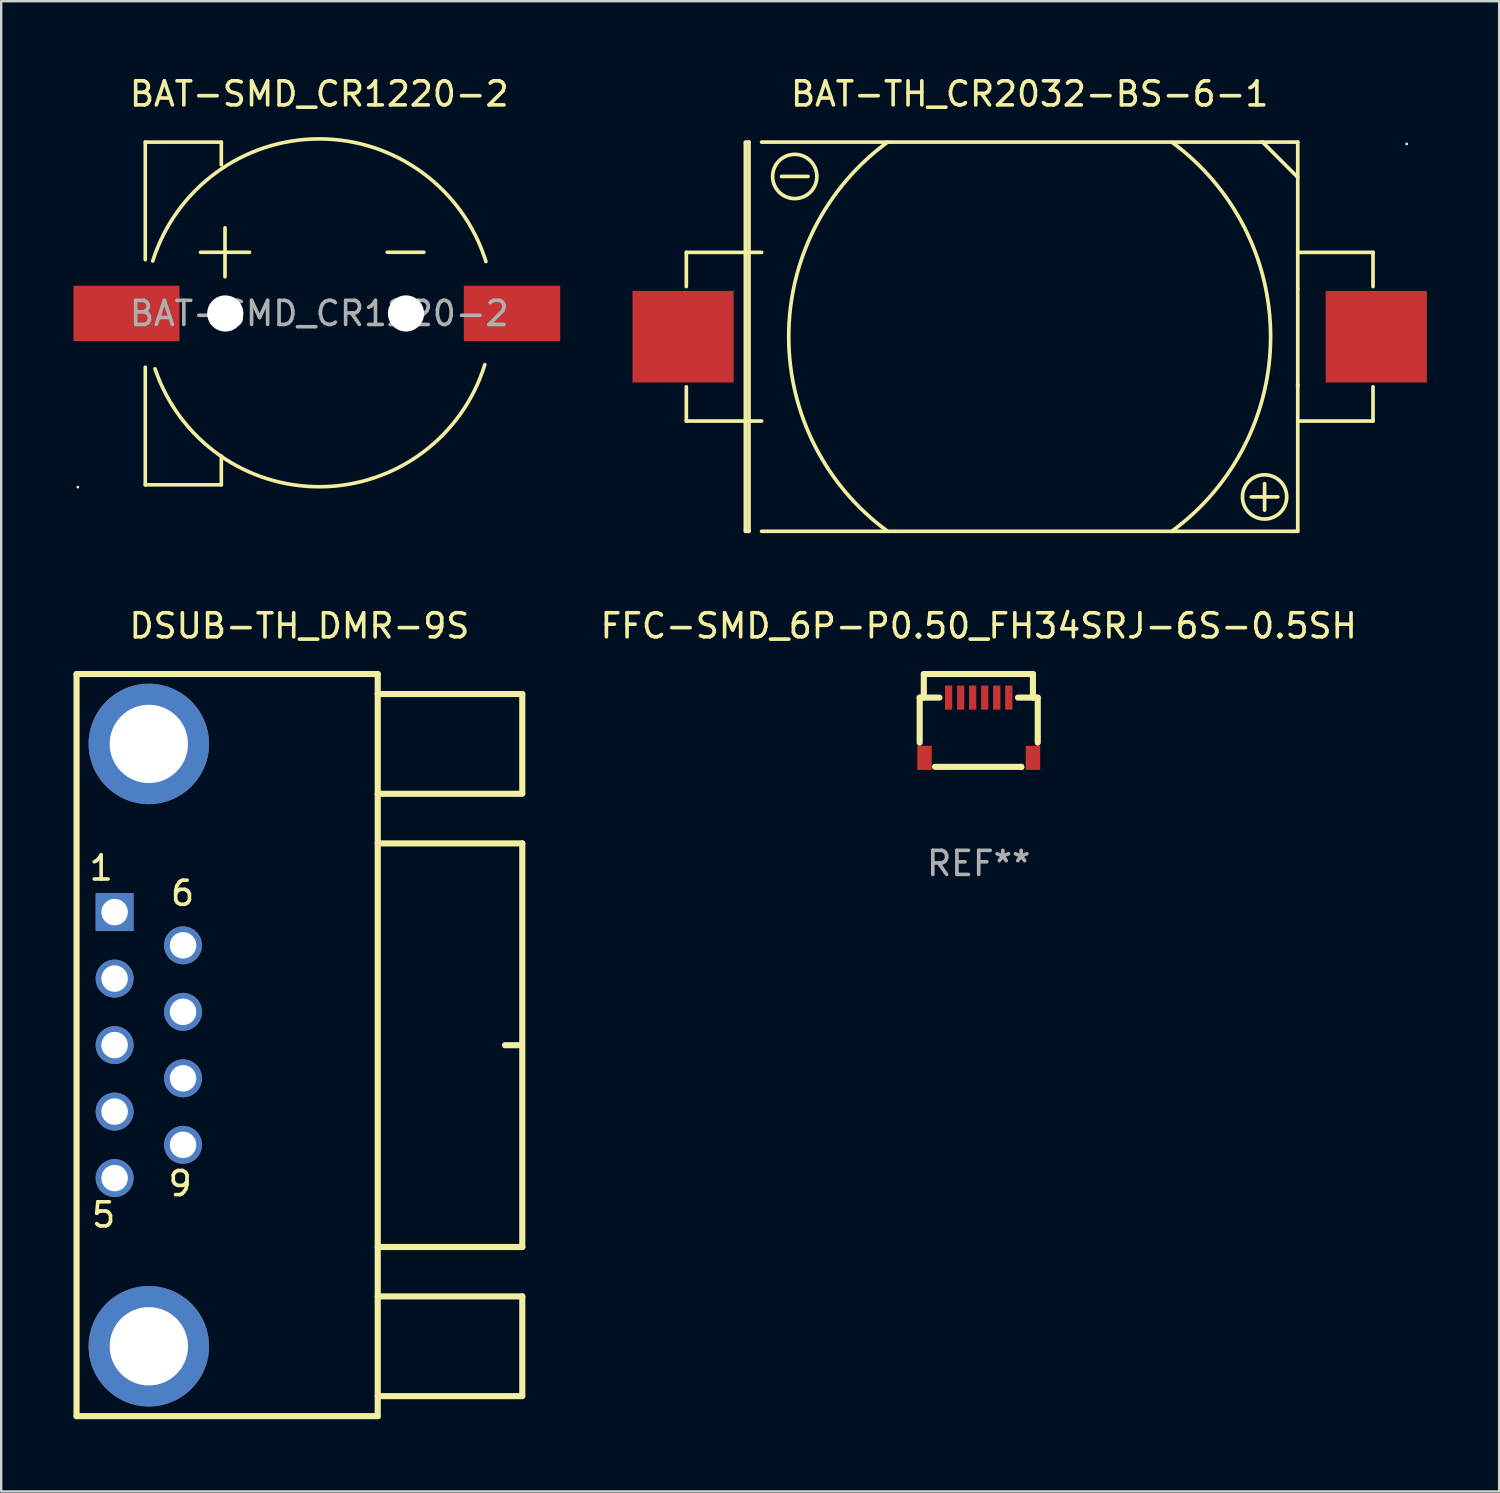
<source format=kicad_pcb>
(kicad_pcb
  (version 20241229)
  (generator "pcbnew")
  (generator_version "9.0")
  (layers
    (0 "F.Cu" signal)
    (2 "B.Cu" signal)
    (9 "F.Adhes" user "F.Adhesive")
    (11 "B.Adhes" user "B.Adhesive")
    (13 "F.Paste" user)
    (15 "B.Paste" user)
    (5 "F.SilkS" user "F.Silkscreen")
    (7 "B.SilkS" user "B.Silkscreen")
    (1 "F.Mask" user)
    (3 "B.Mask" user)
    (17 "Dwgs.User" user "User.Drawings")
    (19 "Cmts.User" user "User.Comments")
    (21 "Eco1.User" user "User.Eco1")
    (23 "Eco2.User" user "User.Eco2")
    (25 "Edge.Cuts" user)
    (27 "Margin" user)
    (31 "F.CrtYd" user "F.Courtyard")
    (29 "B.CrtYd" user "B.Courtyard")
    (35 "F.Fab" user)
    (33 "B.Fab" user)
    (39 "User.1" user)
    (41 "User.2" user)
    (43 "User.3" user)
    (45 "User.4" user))
  (footprint "FFC-SMD_6P-P0.50_FH34SRJ-6S-0.5SH"
    (layer "F.Cu")
    (at 37.57 27.153)
    (property "Reference" "FFC-SMD_6P-P0.50_FH34SRJ-6S-0.5SH" (at -0.000013 -4.228 0) (layer "F.SilkS") (effects (font (size 1 1) (thickness 0.15))))
    (attr through_hole)
    (fp_line (start -2.45 -1.25) (end -1.631 -1.25) (stroke (width 0.254) (type solid)) (layer "F.SilkS"))
    (fp_line (start -2.45 0.619) (end -2.45 -1.25) (stroke (width 0.254) (type solid)) (layer "F.SilkS"))
    (fp_line (start -2.278 -2.228) (end 2.25 -2.228) (stroke (width 0.254) (type solid)) (layer "F.SilkS"))
    (fp_line (start -2.278 -1.25) (end -2.278 -2.228) (stroke (width 0.254) (type solid)) (layer "F.SilkS"))
    (fp_line (start -1.814 1.624) (end 1.761 1.624) (stroke (width 0.254) (type solid)) (layer "F.SilkS"))
    (fp_line (start 1.631 -1.25) (end 2.45 -1.25) (stroke (width 0.254) (type solid)) (layer "F.SilkS"))
    (fp_line (start 1.761 1.624) (end 1.77 1.633) (stroke (width 0.254) (type solid)) (layer "F.SilkS"))
    (fp_line (start 2.25 -2.228) (end 2.25 -1.25) (stroke (width 0.254) (type solid)) (layer "F.SilkS"))
    (fp_line (start 2.45 0.619) (end 2.45 -1.25) (stroke (width 0.254) (type solid)) (layer "F.SilkS"))
    (fp_text user "REF**" (at -0.000013 5.633 0) (layer "F.Fab") (effects (font (size 1 1) (thickness 0.15))))
    (pad "1" smd rect (at 1.25 -1.25 90) (size 1 0.3) (layers "F.Cu" "F.Mask" "F.Paste"))
    (pad "2" smd rect (at 0.75 -1.25 90) (size 1 0.3) (layers "F.Cu" "F.Mask" "F.Paste"))
    (pad "3" smd rect (at 0.25 -1.25 90) (size 1 0.3) (layers "F.Cu" "F.Mask" "F.Paste"))
    (pad "4" smd rect (at -0.25 -1.25 90) (size 1 0.3) (layers "F.Cu" "F.Mask" "F.Paste"))
    (pad "5" smd rect (at -0.75 -1.25 90) (size 1 0.3) (layers "F.Cu" "F.Mask" "F.Paste"))
    (pad "6" smd rect (at -1.25 -1.25 90) (size 1 0.3) (layers "F.Cu" "F.Mask" "F.Paste"))
    (pad "7" smd rect (at -2.25 1.25 90) (size 1 0.6) (layers "F.Cu" "F.Mask" "F.Paste"))
    (pad "8" smd rect (at 2.25 1.25 90) (size 1 0.6) (layers "F.Cu" "F.Mask" "F.Paste")))
  (footprint "BAT-TH_CR2032-BS-6-1"
    (layer "F.Cu")
    (at 39.685 10.924)
    (property "Reference" "BAT-TH_CR2032-BS-6-1" (at 0 -10.076 0) (layer "F.SilkS") (effects (font (size 1 1) (thickness 0.15))))
    (attr through_hole)
    (fp_line (start -14.25 -3.5) (end -14.25 -2.08) (stroke (width 0.152) (type solid)) (layer "F.SilkS"))
    (fp_line (start -14.25 -3.5) (end -11.126 -3.5) (stroke (width 0.152) (type solid)) (layer "F.SilkS"))
    (fp_line (start -14.25 3.5) (end -14.25 2.08) (stroke (width 0.152) (type solid)) (layer "F.SilkS"))
    (fp_line (start -14.25 3.5) (end -11.126 3.5) (stroke (width 0.152) (type solid)) (layer "F.SilkS"))
    (fp_line (start -11.8 -8.074) (end -11.65 -8.074) (stroke (width 0.152) (type solid)) (layer "F.SilkS"))
    (fp_line (start -11.8 -8.05) (end -11.8 8.052) (stroke (width 0.152) (type solid)) (layer "F.SilkS"))
    (fp_line (start -11.65 -8.074) (end -11.65 8.076) (stroke (width 0.152) (type solid)) (layer "F.SilkS"))
    (fp_line (start -11.65 8.076) (end -11.8 8.076) (stroke (width 0.152) (type solid)) (layer "F.SilkS"))
    (fp_line (start -11.126 -8.076) (end 11.126 -8.076) (stroke (width 0.152) (type solid)) (layer "F.SilkS"))
    (fp_line (start -11.126 8.076) (end 11.126 8.076) (stroke (width 0.152) (type solid)) (layer "F.SilkS"))
    (fp_line (start -9.2 -6.65) (end -10.3 -6.65) (stroke (width 0.152) (type solid)) (layer "F.SilkS"))
    (fp_line (start 9.2 6.65) (end 10.3 6.65) (stroke (width 0.152) (type solid)) (layer "F.SilkS"))
    (fp_line (start 9.64 -8.076) (end 9.664 -8.076) (stroke (width 0.152) (type solid)) (layer "F.SilkS"))
    (fp_line (start 9.664 -8.076) (end 11.126 -6.615) (stroke (width 0.152) (type solid)) (layer "F.SilkS"))
    (fp_line (start 9.75 7.2) (end 9.75 6.1) (stroke (width 0.152) (type solid)) (layer "F.SilkS"))
    (fp_line (start 11.126 -8.076) (end 11.126 -1.983) (stroke (width 0.152) (type solid)) (layer "F.SilkS"))
    (fp_line (start 11.126 -1.983) (end 11.126 2.057) (stroke (width 0.152) (type solid)) (layer "F.SilkS"))
    (fp_line (start 11.126 8.076) (end 11.126 1.983) (stroke (width 0.152) (type solid)) (layer "F.SilkS"))
    (fp_line (start 14.25 -3.5) (end 11.126 -3.5) (stroke (width 0.152) (type solid)) (layer "F.SilkS"))
    (fp_line (start 14.25 -3.5) (end 14.25 -2.08) (stroke (width 0.152) (type solid)) (layer "F.SilkS"))
    (fp_line (start 14.25 3.5) (end 11.126 3.5) (stroke (width 0.152) (type solid)) (layer "F.SilkS"))
    (fp_line (start 14.25 3.5) (end 14.25 2.08) (stroke (width 0.152) (type solid)) (layer "F.SilkS"))
    (fp_arc (start -5.905105 8.070307) (mid -10.000005 -0.005361) (end -5.896444 -8.076631) (stroke (width 0.152) (type solid)) (layer "F.SilkS"))
    (fp_arc (start 5.90508 -8.070307) (mid 9.999967 0.005368) (end 5.896393 8.076632) (stroke (width 0.152) (type solid)) (layer "F.SilkS"))
    (fp_circle (center -9.75 -6.65) (end -8.832 -6.65) (stroke (width 0.152) (type solid)) (fill no) (layer "F.SilkS"))
    (fp_circle (center 9.75 6.65) (end 10.668 6.65) (stroke (width 0.152) (type solid)) (fill no) (layer "F.SilkS"))
    (fp_circle (center 15.65 -8) (end 15.68 -8) (stroke (width 0.06) (type solid)) (fill no) (layer "F.SilkS"))
    (pad "1" smd rect (at 14.385 0) (size 4.2 3.8) (layers "F.Cu" "F.Mask" "F.Paste"))
    (pad "2" smd rect (at -14.385 0) (size 4.2 3.8) (layers "F.Cu" "F.Mask" "F.Paste")))
  (footprint "BAT-SMD_CR1220-2"
    (layer "F.Cu")
    (at 10.2 9.96)
    (property "Reference" "BAT-SMD_CR1220-2" (at 0 -9.112 0) (layer "F.SilkS") (effects (font (size 1 1) (thickness 0.15))))
    (attr through_hole)
    (fp_line (start -7.22 -7.112) (end -7.22 -2.231) (stroke (width 0.15) (type solid)) (layer "F.SilkS"))
    (fp_line (start -7.22 2.231) (end -7.22 7.112) (stroke (width 0.15) (type solid)) (layer "F.SilkS"))
    (fp_line (start -7.22 7.112) (end -4.064 7.112) (stroke (width 0.15) (type solid)) (layer "F.SilkS"))
    (fp_line (start -4.928 -2.54) (end -2.896 -2.54) (stroke (width 0.15) (type solid)) (layer "F.SilkS"))
    (fp_line (start -4.064 -7.112) (end -7.22 -7.112) (stroke (width 0.15) (type solid)) (layer "F.SilkS"))
    (fp_line (start -4.064 -6.171) (end -4.064 -7.112) (stroke (width 0.15) (type solid)) (layer "F.SilkS"))
    (fp_line (start -4.064 7.112) (end -4.064 5.912) (stroke (width 0.15) (type solid)) (layer "F.SilkS"))
    (fp_line (start -3.912 -1.524) (end -3.912 -3.556) (stroke (width 0.15) (type solid)) (layer "F.SilkS"))
    (fp_line (start 2.819 -2.54) (end 4.343 -2.54) (stroke (width 0.15) (type solid)) (layer "F.SilkS"))
    (fp_arc (start -6.911049 -2.175108) (mid 0.011025 -7.24526) (end 6.917627 -2.154051) (stroke (width 0.150013) (type solid)) (layer "F.SilkS"))
    (fp_arc (start 6.871501 2.123927) (mid 0.091181 7.191695) (end -6.815444 2.29746) (stroke (width 0.150013) (type solid)) (layer "F.SilkS"))
    (fp_circle (center -10.02 7.206) (end -9.99 7.206) (stroke (width 0.06) (type solid)) (fill no) (layer "F.SilkS"))
    (fp_circle (center -3.912 0) (end -3.662 0) (stroke (width 0.5) (type solid)) (fill no) (layer "F.Fab"))
    (fp_circle (center 3.581 0) (end 3.831 0) (stroke (width 0.5) (type solid)) (fill no) (layer "F.Fab"))
    (fp_text user "${REFERENCE}" (at 0 0 0) (layer "F.Fab") (effects (font (size 1 1) (thickness 0.15))))
    (pad "" np_thru_hole circle (at -3.9 0) (size 1.5 1.5) (drill 1.5) (layers "*.Cu" "*.Mask"))
    (pad "" np_thru_hole circle (at 3.6 0) (size 1.5 1.5) (drill 1.5) (layers "*.Cu" "*.Mask"))
    (pad "1" smd rect (at -8 0 180) (size 4.4 2.3) (layers "F.Cu" "F.Mask" "F.Paste"))
    (pad "2" smd rect (at 8 0 180) (size 4 2.3) (layers "F.Cu" "F.Mask" "F.Paste")))
  (footprint "DSUB-TH_DMR-9S"
    (layer "F.Cu")
    (at 3.127 40.325)
    (property "Reference" "DSUB-TH_DMR-9S" (at 6.25 -17.4 0) (layer "F.SilkS") (effects (font (size 1 1) (thickness 0.15))))
    (attr through_hole)
    (fp_line (start -3 -15.4) (end 9.5 -15.4) (stroke (width 0.254) (type solid)) (layer "F.SilkS"))
    (fp_line (start -3 15.4) (end -3 -15.4) (stroke (width 0.254) (type solid)) (layer "F.SilkS"))
    (fp_line (start 9.5 -14.57) (end 15.499 -14.57) (stroke (width 0.254) (type solid)) (layer "F.SilkS"))
    (fp_line (start 9.5 -15.4) (end 9.5 15.4) (stroke (width 0.254) (type solid)) (layer "F.SilkS"))
    (fp_line (start 9.5 -10.43) (end 15.5 -10.43) (stroke (width 0.254) (type solid)) (layer "F.SilkS"))
    (fp_line (start 9.5 -8.37) (end 15.5 -8.37) (stroke (width 0.254) (type solid)) (layer "F.SilkS"))
    (fp_line (start 9.5 14.57) (end 15.5 14.57) (stroke (width 0.254) (type solid)) (layer "F.SilkS"))
    (fp_line (start 9.5 15.4) (end -3 15.4) (stroke (width 0.254) (type solid)) (layer "F.SilkS"))
    (fp_line (start 14.78 0.005) (end 15.48 0.005) (stroke (width 0.254) (type solid)) (layer "F.SilkS"))
    (fp_line (start 15.499 -14.57) (end 15.499 -10.46) (stroke (width 0.254) (type solid)) (layer "F.SilkS"))
    (fp_line (start 15.5 -8.37) (end 15.5 8.38) (stroke (width 0.254) (type solid)) (layer "F.SilkS"))
    (fp_line (start 15.5 8.38) (end 9.5 8.38) (stroke (width 0.254) (type solid)) (layer "F.SilkS"))
    (fp_line (start 15.5 10.43) (end 9.5 10.43) (stroke (width 0.254) (type solid)) (layer "F.SilkS"))
    (fp_line (start 15.5 14.54) (end 15.5 10.43) (stroke (width 0.254) (type solid)) (layer "F.SilkS"))
    (fp_circle (center -2.75 -15.41) (end -2.72 -15.41) (stroke (width 0.06) (type solid)) (fill no) (layer "F.SilkS"))
    (fp_text user "6" (at 1.4 -6.3 0) (layer "F.SilkS") (effects (font (size 1 1) (thickness 0.15))))
    (fp_text user "9" (at 1.3 5.75 0) (layer "F.SilkS") (effects (font (size 1 1) (thickness 0.15))))
    (fp_text user "5" (at -1.877 7.049 0) (layer "F.SilkS") (effects (font (size 1 1) (thickness 0.15))))
    (fp_text user "1" (at -1.979 -7.349 0) (layer "F.SilkS") (effects (font (size 1 1) (thickness 0.15))))
    (pad "1" thru_hole rect (at -1.42 -5.52 90) (size 1.575 1.575) (drill 1.1) (layers "*.Cu" "*.Mask"))
    (pad "2" thru_hole circle (at -1.42 -2.76) (size 1.575 1.575) (drill 1.1) (layers "*.Cu" "*.Mask"))
    (pad "3" thru_hole circle (at -1.42 0.000127) (size 1.575 1.575) (drill 1.1) (layers "*.Cu" "*.Mask"))
    (pad "4" thru_hole circle (at -1.42 2.76) (size 1.575 1.575) (drill 1.1) (layers "*.Cu" "*.Mask"))
    (pad "5" thru_hole circle (at -1.42 5.52) (size 1.575 1.575) (drill 1.1) (layers "*.Cu" "*.Mask"))
    (pad "6" thru_hole circle (at 1.42 -4.14) (size 1.575 1.575) (drill 1.1) (layers "*.Cu" "*.Mask"))
    (pad "7" thru_hole circle (at 1.42 -1.38) (size 1.575 1.575) (drill 1.1) (layers "*.Cu" "*.Mask"))
    (pad "8" thru_hole circle (at 1.42 1.38) (size 1.575 1.575) (drill 1.1) (layers "*.Cu" "*.Mask"))
    (pad "9" thru_hole circle (at 1.42 4.14) (size 1.575 1.575) (drill 1.1) (layers "*.Cu" "*.Mask"))
    (pad "10" thru_hole circle (at -0.000127 -12.5) (size 5 5) (drill 3.25) (layers "*.Cu" "*.Mask"))
    (pad "11" thru_hole circle (at -0.000127 12.5) (size 5 5) (drill 3.25) (layers "*.Cu" "*.Mask")))
  (gr_rect
    (start -3 -3)
    (end 59.17 58.852)
    (stroke (width 0.1) (type default))
    (fill no)
    (layer "Edge.Cuts")))
</source>
